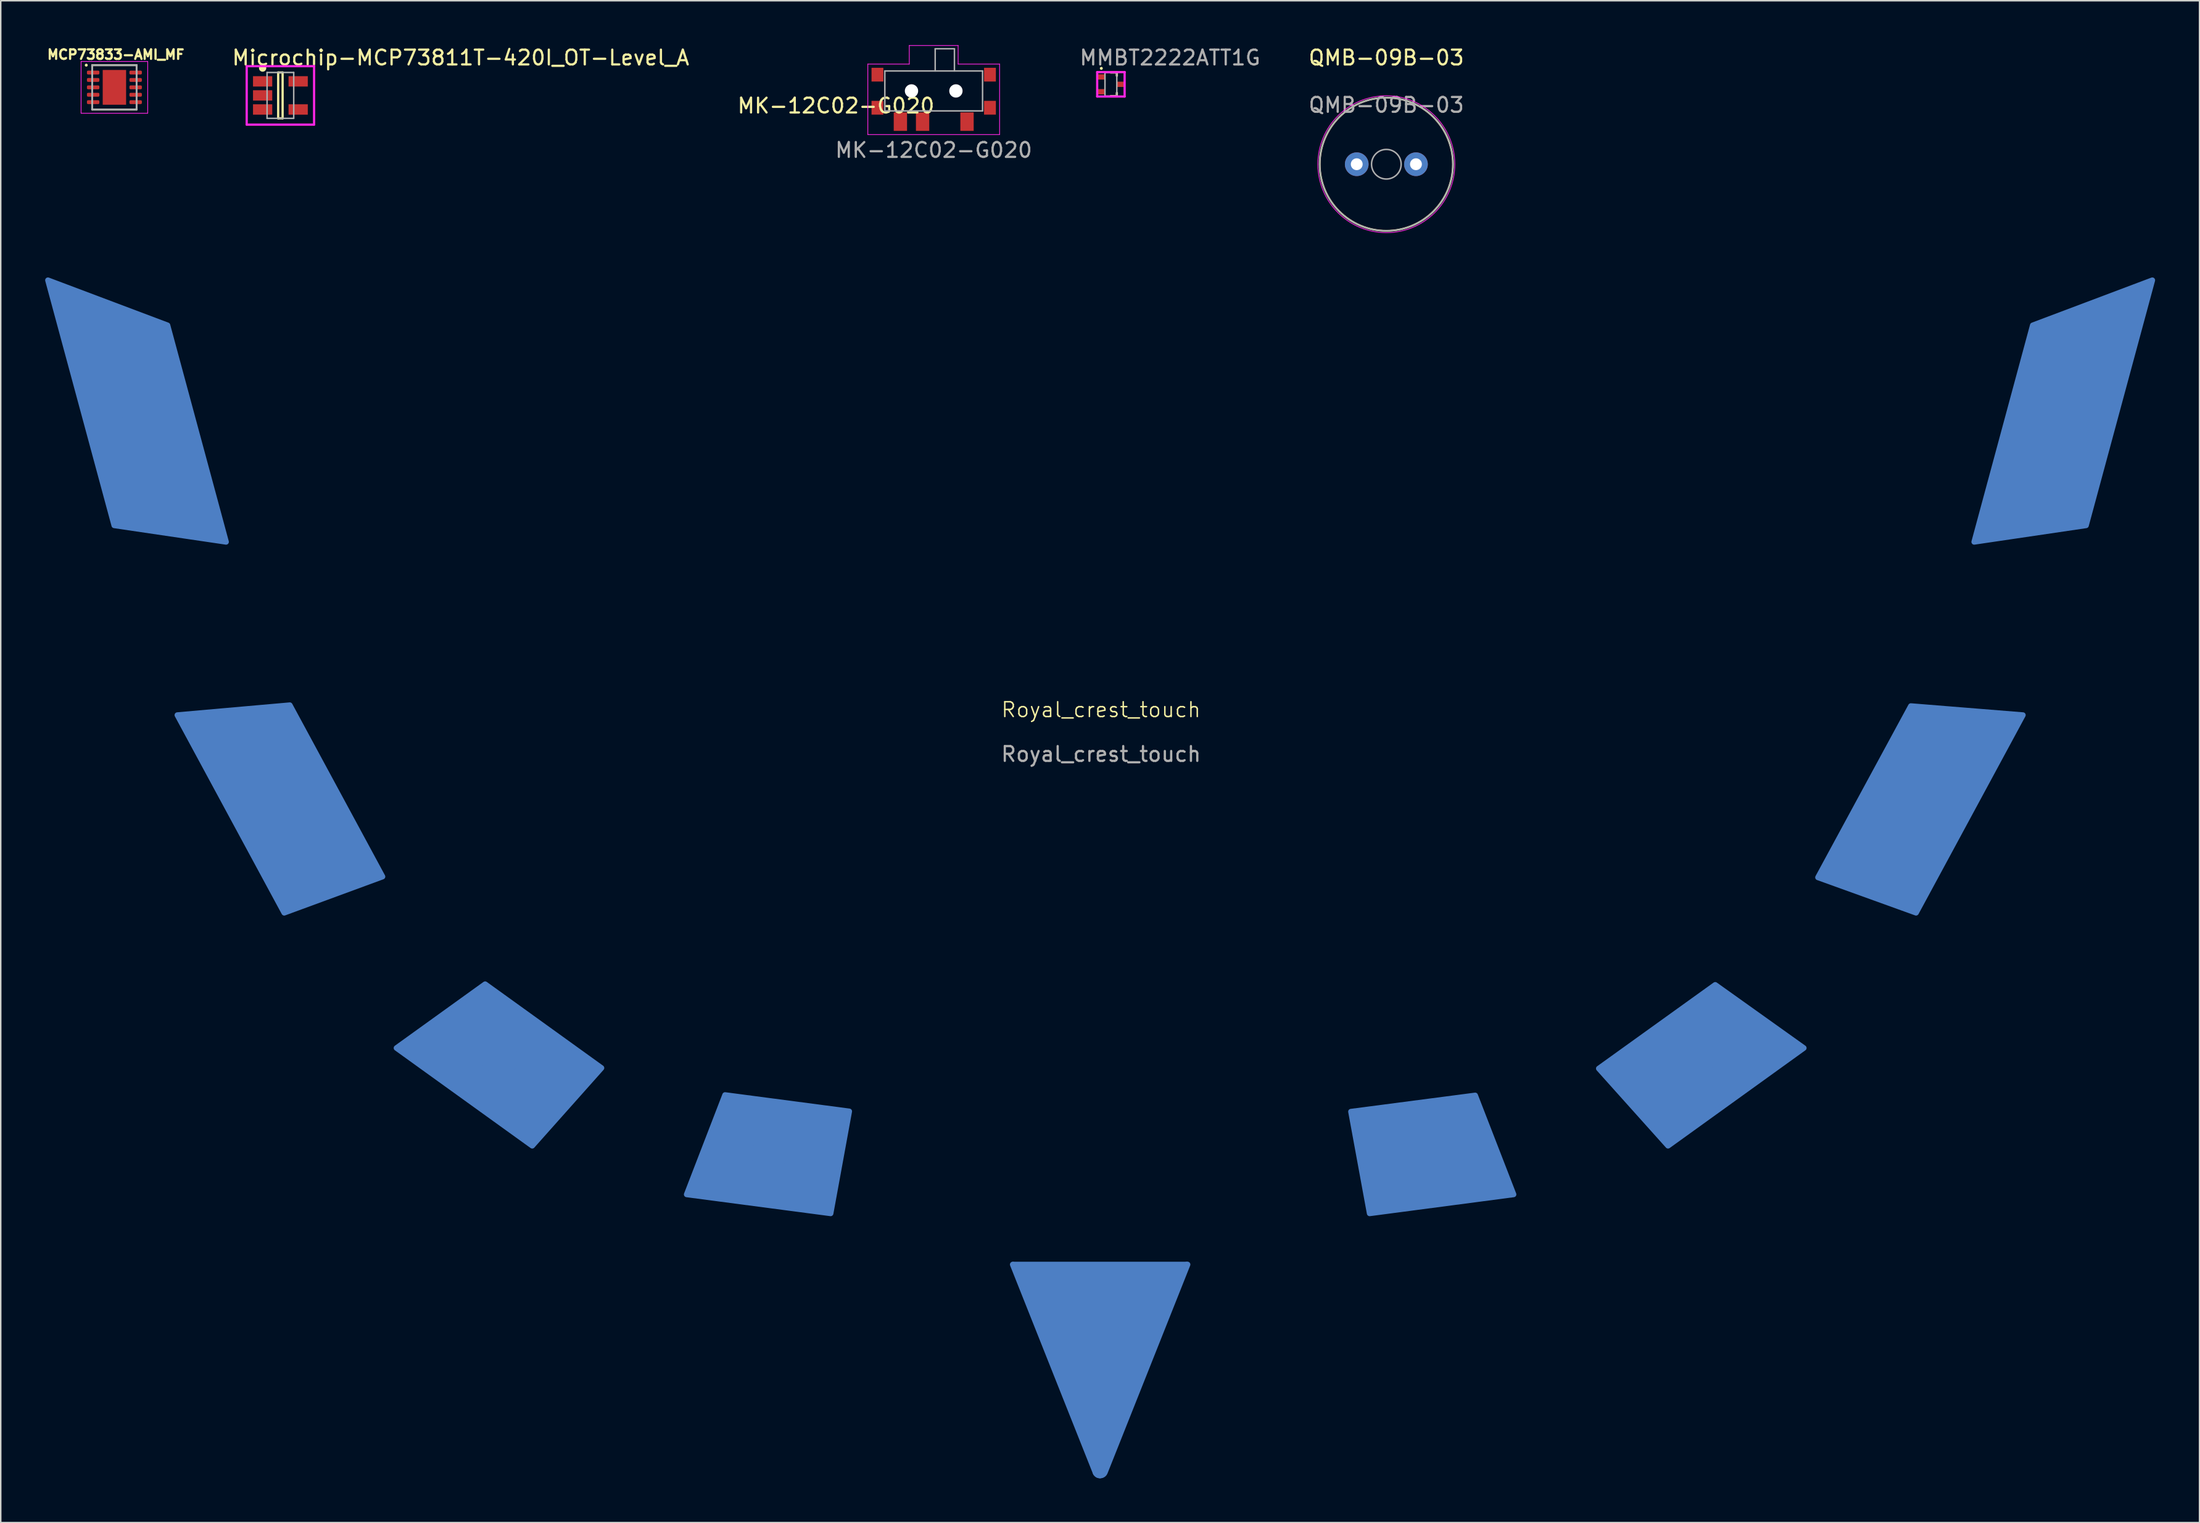
<source format=kicad_pcb>
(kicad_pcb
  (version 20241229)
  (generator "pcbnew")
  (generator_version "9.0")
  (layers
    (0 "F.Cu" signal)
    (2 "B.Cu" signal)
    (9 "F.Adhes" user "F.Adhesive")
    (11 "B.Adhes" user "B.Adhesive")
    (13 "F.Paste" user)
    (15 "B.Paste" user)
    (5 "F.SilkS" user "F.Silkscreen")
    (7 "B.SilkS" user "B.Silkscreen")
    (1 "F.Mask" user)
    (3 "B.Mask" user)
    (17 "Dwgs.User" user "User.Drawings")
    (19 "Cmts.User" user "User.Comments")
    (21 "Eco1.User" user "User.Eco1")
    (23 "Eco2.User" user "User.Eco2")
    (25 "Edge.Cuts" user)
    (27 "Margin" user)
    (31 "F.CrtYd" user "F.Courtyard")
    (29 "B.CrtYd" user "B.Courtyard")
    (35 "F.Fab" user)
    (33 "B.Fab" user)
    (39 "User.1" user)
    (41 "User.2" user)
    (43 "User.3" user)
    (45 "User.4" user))
  (footprint "MK-12C02-G020"
    (layer "F.Cu")
    (at 60.013 3.095)
    (property "Reference" "MK-12C02-G020" (at -6.6 1 180) (layer "F.SilkS") (effects (font (size 1 1) (thickness 0.15))))
    (attr smd)
    (fp_line (start -4.45 -1.815) (end -1.65 -1.815) (stroke (width 0.05) (type solid)) (layer "F.CrtYd"))
    (fp_line (start -4.45 2.95) (end -4.45 -1.815) (stroke (width 0.05) (type solid)) (layer "F.CrtYd"))
    (fp_line (start -1.65 -3.07) (end 1.65 -3.07) (stroke (width 0.05) (type solid)) (layer "F.CrtYd"))
    (fp_line (start -1.65 -1.815) (end -1.65 -3.07) (stroke (width 0.05) (type solid)) (layer "F.CrtYd"))
    (fp_line (start 1.65 -3.07) (end 1.65 -1.815) (stroke (width 0.05) (type solid)) (layer "F.CrtYd"))
    (fp_line (start 1.65 -1.815) (end 4.45 -1.815) (stroke (width 0.05) (type solid)) (layer "F.CrtYd"))
    (fp_line (start 4.45 -1.815) (end 4.45 2.95) (stroke (width 0.05) (type solid)) (layer "F.CrtYd"))
    (fp_line (start 4.45 2.95) (end -4.45 2.95) (stroke (width 0.05) (type solid)) (layer "F.CrtYd"))
    (fp_line (start -3.3 -1.35) (end -3.3 1.35) (stroke (width 0.1) (type solid)) (layer "F.Fab"))
    (fp_line (start -3.3 1.35) (end 3.3 1.35) (stroke (width 0.1) (type solid)) (layer "F.Fab"))
    (fp_line (start 0.1 -2.85) (end 0.1 -1.35) (stroke (width 0.1) (type solid)) (layer "F.Fab"))
    (fp_line (start 1.4 -2.85) (end 0.1 -2.85) (stroke (width 0.1) (type solid)) (layer "F.Fab"))
    (fp_line (start 1.4 -1.35) (end 1.4 -2.85) (stroke (width 0.1) (type solid)) (layer "F.Fab"))
    (fp_line (start 3.3 -1.35) (end -3.3 -1.35) (stroke (width 0.1) (type solid)) (layer "F.Fab"))
    (fp_line (start 3.3 1.35) (end 3.3 -1.35) (stroke (width 0.1) (type solid)) (layer "F.Fab"))
    (fp_text user "${REFERENCE}" (at 0 4 180) (layer "F.Fab") (effects (font (size 1 1) (thickness 0.15))))
    (pad "" smd rect (at -3.8 -1.1 180) (size 0.8 0.93) (layers "F.Cu" "F.Mask" "F.Paste"))
    (pad "" smd rect (at -3.8 1.135 180) (size 0.8 0.93) (layers "F.Cu" "F.Mask" "F.Paste"))
    (pad "" np_thru_hole circle (at -1.5 0 180) (size 0.9 0.9) (drill 0.9) (layers "*.Cu" "*.Mask"))
    (pad "" np_thru_hole circle (at 1.5 0 180) (size 0.9 0.9) (drill 0.9) (layers "*.Cu" "*.Mask"))
    (pad "" smd rect (at 3.8 -1.1 180) (size 0.8 0.93) (layers "F.Cu" "F.Mask" "F.Paste"))
    (pad "" smd rect (at 3.8 1.135 180) (size 0.8 0.93) (layers "F.Cu" "F.Mask" "F.Paste"))
    (pad "1" smd rect (at 2.25 2.075 180) (size 0.9 1.25) (layers "F.Cu" "F.Mask" "F.Paste"))
    (pad "2" smd rect (at -0.75 2.075 180) (size 0.9 1.25) (layers "F.Cu" "F.Mask" "F.Paste"))
    (pad "3" smd rect (at -2.25 2.075 180) (size 0.9 1.25) (layers "F.Cu" "F.Mask" "F.Paste")))
  (footprint "Microchip-MCP73811T-420I_OT-Level_A"
    (layer "F.Cu")
    (at 15.888 3.398)
    (property "Reference" "Microchip-MCP73811T-420I_OT-Level_A" (at -3.35 -2.55 0) (layer "F.SilkS") (effects (font (size 1 1) (thickness 0.15)) (justify left)))
    (attr through_hole)
    (fp_line (start -0.15 -1.55) (end 0.15 -1.55) (stroke (width 0.15) (type solid)) (layer "F.SilkS"))
    (fp_line (start -0.15 1.55) (end -0.15 -1.55) (stroke (width 0.15) (type solid)) (layer "F.SilkS"))
    (fp_line (start -0.15 1.55) (end 0.15 1.55) (stroke (width 0.15) (type solid)) (layer "F.SilkS"))
    (fp_line (start 0.15 1.55) (end 0.15 -1.55) (stroke (width 0.15) (type solid)) (layer "F.SilkS"))
    (fp_circle (center -1.2 -1.85) (end -1.075 -1.85) (stroke (width 0.25) (type solid)) (fill no) (layer "F.SilkS"))
    (fp_line (start -2.275 -1.975) (end -2.275 1.975) (stroke (width 0.15) (type solid)) (layer "F.CrtYd"))
    (fp_line (start -2.275 1.975) (end 2.275 1.975) (stroke (width 0.15) (type solid)) (layer "F.CrtYd"))
    (fp_line (start 2.275 -1.975) (end -2.275 -1.975) (stroke (width 0.15) (type solid)) (layer "F.CrtYd"))
    (fp_line (start 2.275 -1.975) (end 2.275 -1.975) (stroke (width 0.15) (type solid)) (layer "F.CrtYd"))
    (fp_line (start 2.275 1.975) (end 2.275 -1.975) (stroke (width 0.15) (type solid)) (layer "F.CrtYd"))
    (fp_line (start -0.9 -1.55) (end 0.9 -1.55) (stroke (width 0.1) (type solid)) (layer "F.Fab"))
    (fp_line (start -0.9 1.55) (end -0.9 -1.55) (stroke (width 0.1) (type solid)) (layer "F.Fab"))
    (fp_line (start -0.9 1.55) (end 0.9 1.55) (stroke (width 0.1) (type solid)) (layer "F.Fab"))
    (fp_line (start 0.9 1.55) (end 0.9 -1.55) (stroke (width 0.1) (type solid)) (layer "F.Fab"))
    (pad "1" smd rect (at -1.2 -0.95 270) (size 0.7 1.3) (layers "F.Cu" "F.Mask" "F.Paste"))
    (pad "2" smd rect (at -1.2 -0.000001 270) (size 0.7 1.3) (layers "F.Cu" "F.Mask" "F.Paste"))
    (pad "3" smd rect (at -1.2 0.95 270) (size 0.7 1.3) (layers "F.Cu" "F.Mask" "F.Paste"))
    (pad "4" smd rect (at 1.2 0.95 270) (size 0.7 1.3) (layers "F.Cu" "F.Mask" "F.Paste"))
    (pad "5" smd rect (at 1.2 -0.95 270) (size 0.7 1.3) (layers "F.Cu" "F.Mask" "F.Paste")))
  (footprint "MMBT2222ATT1G"
    (layer "F.Cu")
    (at 71.981 2.648)
    (property "Reference" "MMBT2222ATT1G" (at -2.2 -1.8 0) (layer "F.Fab") (effects (font (size 1 1) (thickness 0.15)) (justify left)))
    (attr through_hole)
    (fp_line (start -0.013 -0.8) (end 0.4 -0.8) (stroke (width 0.15) (type solid)) (layer "F.SilkS"))
    (fp_line (start -0.013 0.8) (end 0.4 0.8) (stroke (width 0.15) (type solid)) (layer "F.SilkS"))
    (fp_line (start 0.4 -0.578) (end 0.4 -0.8) (stroke (width 0.15) (type solid)) (layer "F.SilkS"))
    (fp_line (start 0.4 0.8) (end 0.4 0.578) (stroke (width 0.15) (type solid)) (layer "F.SilkS"))
    (fp_circle (center -0.647 -1.078) (end -0.597 -1.078) (stroke (width 0.1) (type solid)) (fill no) (layer "F.SilkS"))
    (fp_line (start -0.926 -0.825) (end -0.926 0.825) (stroke (width 0.15) (type solid)) (layer "F.CrtYd"))
    (fp_line (start -0.926 0.825) (end 0.927 0.825) (stroke (width 0.15) (type solid)) (layer "F.CrtYd"))
    (fp_line (start 0.927 -0.825) (end -0.926 -0.825) (stroke (width 0.15) (type solid)) (layer "F.CrtYd"))
    (fp_line (start 0.927 -0.825) (end 0.927 -0.825) (stroke (width 0.15) (type solid)) (layer "F.CrtYd"))
    (fp_line (start 0.927 0.825) (end 0.927 -0.825) (stroke (width 0.15) (type solid)) (layer "F.CrtYd"))
    (fp_line (start -0.4 -0.8) (end 0.4 -0.8) (stroke (width 0.1) (type solid)) (layer "F.Fab"))
    (fp_line (start -0.4 0.8) (end -0.4 -0.8) (stroke (width 0.1) (type solid)) (layer "F.Fab"))
    (fp_line (start -0.4 0.8) (end 0.4 0.8) (stroke (width 0.1) (type solid)) (layer "F.Fab"))
    (fp_line (start 0.4 0.8) (end 0.4 -0.8) (stroke (width 0.1) (type solid)) (layer "F.Fab"))
    (pad "1" smd rect (at -0.647 -0.5 90) (size 0.356 0.508) (layers "F.Cu" "F.Mask" "F.Paste"))
    (pad "2" smd rect (at -0.647 0.5 90) (size 0.356 0.508) (layers "F.Cu" "F.Mask" "F.Paste"))
    (pad "3" smd rect (at 0.648 -0.000001 90) (size 0.356 0.508) (layers "F.Cu" "F.Mask" "F.Paste")))
  (footprint "Royal_crest_touch"
    (layer "F.Cu")
    (at 71.315 45.413)
    (property "Reference" "Royal_crest_touch" (at 0 -0.5 0) (unlocked yes) (layer "F.SilkS") (effects (font (size 1 1) (thickness 0.1))))
    (attr smd)
    (fp_line (start -0.382 51.034) (end -5.965 36.99) (stroke (width 0.378) (type solid)) (layer "B.Cu"))
    (fp_line (start -0.34 51.111) (end -0.382 51.034) (stroke (width 0.378) (type solid)) (layer "B.Cu"))
    (fp_line (start -0.28 51.174) (end -0.34 51.111) (stroke (width 0.378) (type solid)) (layer "B.Cu"))
    (fp_line (start -0.208 51.218) (end -0.28 51.174) (stroke (width 0.378) (type solid)) (layer "B.Cu"))
    (fp_line (start -0.128 51.241) (end -0.208 51.218) (stroke (width 0.378) (type solid)) (layer "B.Cu"))
    (fp_line (start -0.044 51.241) (end -0.128 51.241) (stroke (width 0.378) (type solid)) (layer "B.Cu"))
    (fp_line (start 0.036 51.218) (end -0.044 51.241) (stroke (width 0.378) (type solid)) (layer "B.Cu"))
    (fp_line (start 0.109 51.174) (end 0.036 51.218) (stroke (width 0.378) (type solid)) (layer "B.Cu"))
    (fp_line (start 0.168 51.111) (end 0.109 51.174) (stroke (width 0.378) (type solid)) (layer "B.Cu"))
    (fp_line (start 0.21 51.034) (end 0.168 51.111) (stroke (width 0.378) (type solid)) (layer "B.Cu"))
    (fp_line (start 5.793 36.99) (end 0.21 51.034) (stroke (width 0.378) (type solid)) (layer "B.Cu"))
    (fp_poly (pts (xy -66.649 -12.959) (xy -59.097 -11.844) (xy -63.052 -26.48) (xy -71.126 -29.525)) (stroke (width 0.378) (type solid)) (fill yes) (layer "B.Cu"))
    (fp_poly (pts (xy -62.386 -0.139) (xy -55.168 13.22) (xy -48.531 10.777) (xy -54.792 -0.809)) (stroke (width 0.378) (type solid)) (fill yes) (layer "B.Cu"))
    (fp_poly (pts (xy -47.586 22.359) (xy -38.418 28.965) (xy -33.741 23.708) (xy -41.598 18.046)) (stroke (width 0.378) (type solid)) (fill yes) (layer "B.Cu"))
    (fp_poly (pts (xy -27.985 32.254) (xy -18.264 33.535) (xy -17.006 26.64) (xy -25.393 25.535)) (stroke (width 0.378) (type solid)) (fill yes) (layer "B.Cu"))
    (fp_poly (pts (xy 16.881 26.659) (xy 18.142 33.535) (xy 27.862 32.254) (xy 25.269 25.563)) (stroke (width 0.378) (type solid)) (fill yes) (layer "B.Cu"))
    (fp_poly (pts (xy 33.619 23.745) (xy 38.296 28.965) (xy 47.464 22.359) (xy 41.483 18.091)) (stroke (width 0.378) (type solid)) (fill yes) (layer "B.Cu"))
    (fp_poly (pts (xy 48.424 10.83) (xy 55.046 13.22) (xy 62.263 -0.139) (xy 54.697 -0.749)) (stroke (width 0.378) (type solid)) (fill yes) (layer "B.Cu"))
    (fp_poly (pts (xy 62.93 -26.48) (xy 58.975 -11.844) (xy 66.527 -12.959) (xy 71.004 -29.525)) (stroke (width 0.378) (type solid)) (fill yes) (layer "B.Cu"))
    (fp_poly (pts (xy -0.33 51.034) (xy -0.288 51.111) (xy -0.229 51.174) (xy -0.156 51.218) (xy -0.076 51.241) (xy 0.008 51.241) (xy 0.088 51.218) (xy 0.16 51.174) (xy 0.22 51.111) (xy 0.262 51.034) (xy 5.845 36.99) (xy -5.913 36.99)) (stroke (width 0.378) (type solid)) (fill yes) (layer "B.Cu"))
    (fp_text user "${REFERENCE}" (at 0 2.5 0) (unlocked yes) (layer "F.Fab") (effects (font (size 1 1) (thickness 0.15))))
    (pad "1" smd custom (at 63.62 -18.44) (size 2.286 1.524) (layers "B.Cu" "B.Mask" "B.Paste") (options (anchor rect)) (primitives))
    (pad "2" smd roundrect (at 54.8 6.08) (size 2.286 1.524) (layers "B.Cu" "B.Mask" "B.Paste") (roundrect_rratio 0.25))
    (pad "3" smd roundrect (at 40.13 23.24) (size 2.286 1.524) (layers "B.Cu" "B.Mask" "B.Paste") (roundrect_rratio 0.25))
    (pad "4" smd roundrect (at 21.61 29.38) (size 2.286 1.524) (layers "B.Cu" "B.Mask" "B.Paste") (roundrect_rratio 0.25))
    (pad "5" smd roundrect (at 0.08 41.76) (size 2.286 1.524) (layers "B.Cu" "B.Mask" "B.Paste") (roundrect_rratio 0.25))
    (pad "6" smd roundrect (at -22.4 29.49) (size 2.286 1.524) (layers "B.Cu" "B.Mask" "B.Paste") (roundrect_rratio 0.25))
    (pad "7" smd roundrect (at -40.6 23.14) (size 2.286 1.524) (layers "B.Cu" "B.Mask" "B.Paste") (roundrect_rratio 0.25))
    (pad "8" smd roundrect (at -55.06 5.87) (size 2.286 1.524) (layers "B.Cu" "B.Mask" "B.Paste") (roundrect_rratio 0.25))
    (pad "9" smd roundrect (at -64.95 -19.72) (size 2.286 1.524) (layers "B.Cu" "B.Mask" "B.Paste") (roundrect_rratio 0.25)))
  (footprint "MCP73833-AMI_MF"
    (layer "F.Cu")
    (at 4.677 2.853)
    (property "Reference" "MCP73833-AMI_MF" (at 0.092 -2.214 0) (layer "F.SilkS") (effects (font (size 0.641 0.641) (thickness 0.15))))
    (attr smd)
    (fp_line (start -1.5 -1.5) (end -1.5 -1.4) (stroke (width 0.127) (type solid)) (layer "F.SilkS"))
    (fp_line (start -1.5 1.5) (end -1.5 1.4) (stroke (width 0.127) (type solid)) (layer "F.SilkS"))
    (fp_line (start 1.5 -1.5) (end -1.5 -1.5) (stroke (width 0.127) (type solid)) (layer "F.SilkS"))
    (fp_line (start 1.5 -1.5) (end 1.5 -1.4) (stroke (width 0.127) (type solid)) (layer "F.SilkS"))
    (fp_line (start 1.5 1.5) (end -1.5 1.5) (stroke (width 0.127) (type solid)) (layer "F.SilkS"))
    (fp_line (start 1.5 1.5) (end 1.5 1.4) (stroke (width 0.127) (type solid)) (layer "F.SilkS"))
    (fp_circle (center -1.9 -1.5) (end -1.85 -1.5) (stroke (width 0.1) (type solid)) (fill no) (layer "F.SilkS"))
    (fp_poly (pts (xy -0.501 -0.75) (xy 0.5 -0.75) (xy 0.5 0.751) (xy -0.501 0.751)) (stroke (width 0.01) (type solid)) (fill yes) (layer "F.Paste"))
    (fp_line (start -2.25 -1.75) (end 2.25 -1.75) (stroke (width 0.05) (type solid)) (layer "F.CrtYd"))
    (fp_line (start -2.25 1.75) (end -2.25 -1.75) (stroke (width 0.05) (type solid)) (layer "F.CrtYd"))
    (fp_line (start 2.25 -1.75) (end 2.25 1.75) (stroke (width 0.05) (type solid)) (layer "F.CrtYd"))
    (fp_line (start 2.25 1.75) (end -2.25 1.75) (stroke (width 0.05) (type solid)) (layer "F.CrtYd"))
    (fp_line (start -1.5 -1.5) (end 1.5 -1.5) (stroke (width 0.127) (type solid)) (layer "F.Fab"))
    (fp_line (start -1.5 1.5) (end -1.5 -1.5) (stroke (width 0.127) (type solid)) (layer "F.Fab"))
    (fp_line (start 1.5 -1.5) (end 1.5 1.5) (stroke (width 0.127) (type solid)) (layer "F.Fab"))
    (fp_line (start 1.5 1.5) (end -1.5 1.5) (stroke (width 0.127) (type solid)) (layer "F.Fab"))
    (pad "1" smd roundrect (at -1.435 -1 270) (size 0.26 0.84) (layers "F.Cu" "F.Mask" "F.Paste") (roundrect_rratio 0.29))
    (pad "2" smd roundrect (at -1.435 -0.5 270) (size 0.26 0.84) (layers "F.Cu" "F.Mask" "F.Paste") (roundrect_rratio 0.29))
    (pad "3" smd roundrect (at -1.435 0 270) (size 0.26 0.84) (layers "F.Cu" "F.Mask" "F.Paste") (roundrect_rratio 0.29))
    (pad "4" smd roundrect (at -1.435 0.5 270) (size 0.26 0.84) (layers "F.Cu" "F.Mask" "F.Paste") (roundrect_rratio 0.29))
    (pad "5" smd roundrect (at -1.435 1 270) (size 0.26 0.84) (layers "F.Cu" "F.Mask" "F.Paste") (roundrect_rratio 0.29))
    (pad "6" smd roundrect (at 1.435 1 270) (size 0.26 0.84) (layers "F.Cu" "F.Mask" "F.Paste") (roundrect_rratio 0.29))
    (pad "7" smd roundrect (at 1.435 0.5 270) (size 0.26 0.84) (layers "F.Cu" "F.Mask" "F.Paste") (roundrect_rratio 0.29))
    (pad "8" smd roundrect (at 1.435 0 270) (size 0.26 0.84) (layers "F.Cu" "F.Mask" "F.Paste") (roundrect_rratio 0.29))
    (pad "9" smd roundrect (at 1.435 -0.5 270) (size 0.26 0.84) (layers "F.Cu" "F.Mask" "F.Paste") (roundrect_rratio 0.29))
    (pad "10" smd roundrect (at 1.435 -1 270) (size 0.26 0.84) (layers "F.Cu" "F.Mask" "F.Paste") (roundrect_rratio 0.29))
    (pad "11" smd rect (at 0 0 270) (size 2.35 1.58) (layers "F.Cu" "F.Mask")))
  (footprint "QMB-09B-03"
    (layer "F.Cu")
    (at 90.585 8.048)
    (property "Reference" "QMB-09B-03" (at 0 -7.2 0) (layer "F.SilkS") (effects (font (size 1 1) (thickness 0.15))))
    (attr through_hole)
    (fp_circle (center 0 0) (end 4.5 0) (stroke (width 0.12) (type solid)) (fill no) (layer "F.SilkS"))
    (fp_circle (center 0 0) (end 4.625 0) (stroke (width 0.05) (type solid)) (fill no) (layer "F.CrtYd"))
    (fp_circle (center 0 0) (end 1 0) (stroke (width 0.1) (type solid)) (fill no) (layer "F.Fab"))
    (fp_circle (center 0 0) (end 4.5 0) (stroke (width 0.1) (type solid)) (fill no) (layer "F.Fab"))
    (fp_text user "${REFERENCE}" (at 0 -4 0) (layer "F.Fab") (effects (font (size 1 1) (thickness 0.15))))
    (pad "1" thru_hole circle (at -2 0) (size 1.6 1.6) (drill 0.8) (layers "*.Cu" "*.Mask"))
    (pad "2" thru_hole circle (at 2 0) (size 1.6 1.6) (drill 0.8) (layers "*.Cu" "*.Mask")))
  (gr_rect
    (start -3 -3)
    (end 145.508 99.843)
    (stroke (width 0.1) (type default))
    (fill no)
    (layer "Edge.Cuts")))
</source>
